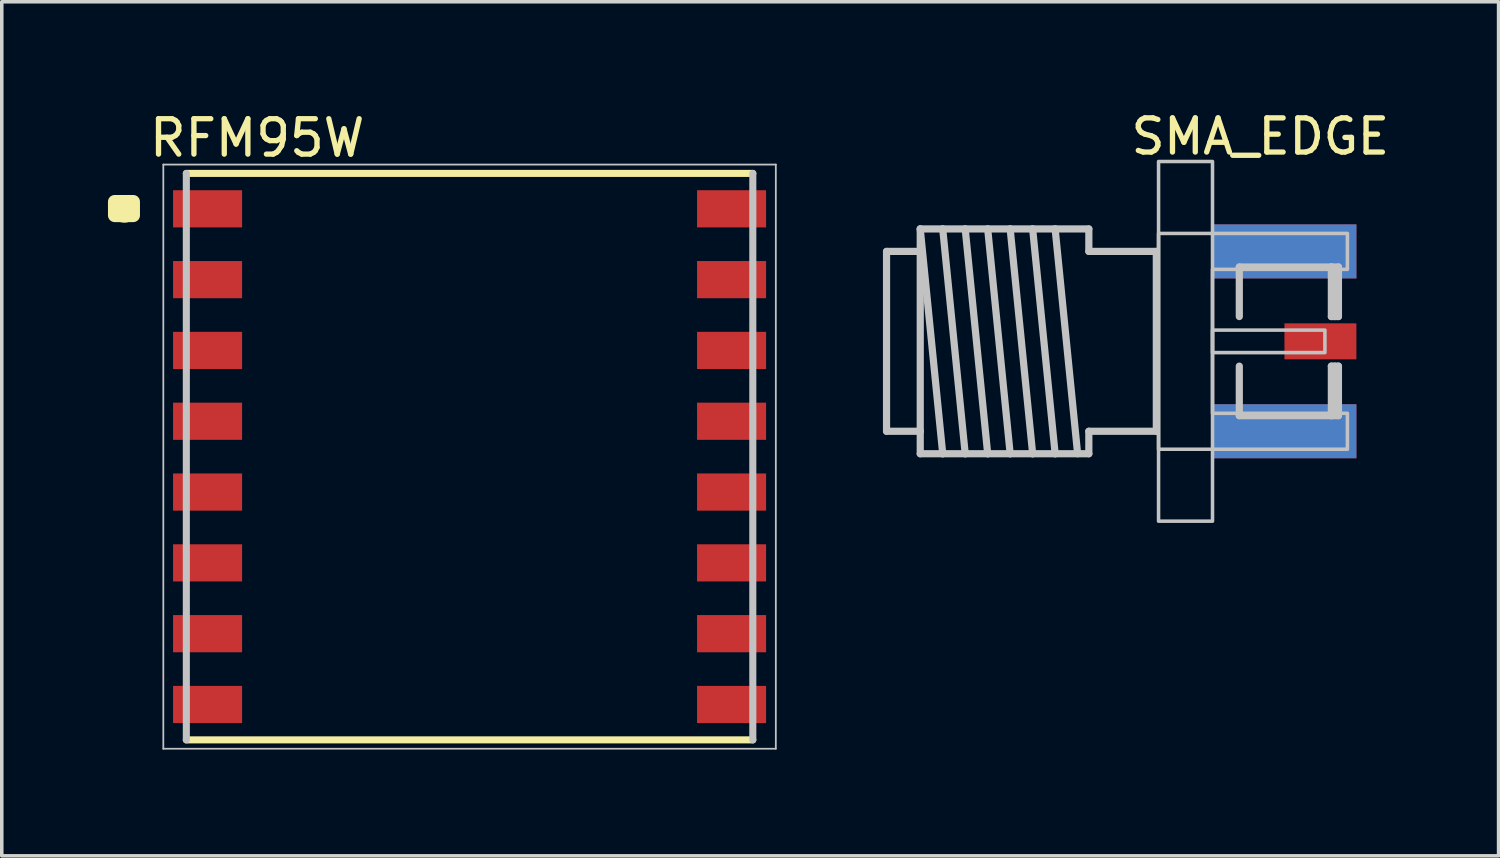
<source format=kicad_pcb>
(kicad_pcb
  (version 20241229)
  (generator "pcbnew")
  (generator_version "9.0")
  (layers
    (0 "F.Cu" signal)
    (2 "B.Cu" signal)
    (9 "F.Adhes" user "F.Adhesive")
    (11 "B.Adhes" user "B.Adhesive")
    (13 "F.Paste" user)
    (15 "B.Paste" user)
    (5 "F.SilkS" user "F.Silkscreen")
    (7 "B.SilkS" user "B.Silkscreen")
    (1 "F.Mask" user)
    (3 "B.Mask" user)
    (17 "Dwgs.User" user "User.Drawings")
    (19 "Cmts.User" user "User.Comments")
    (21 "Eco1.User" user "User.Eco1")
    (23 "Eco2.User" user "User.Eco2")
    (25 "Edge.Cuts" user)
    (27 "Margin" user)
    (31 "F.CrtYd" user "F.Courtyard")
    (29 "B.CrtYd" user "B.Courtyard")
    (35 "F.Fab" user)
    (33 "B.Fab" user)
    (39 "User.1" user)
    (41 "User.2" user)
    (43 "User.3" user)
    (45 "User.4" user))
  (footprint "SMA_EDGE"
    (layer "F.Cu")
    (at 31.197 6.591)
    (property "Reference" "SMA_EDGE" (at 5.08 -6.35 0) (layer "F.SilkS") (effects (font (size 0.965 0.965) (thickness 0.15)) (justify right top)))
    (attr through_hole)
    (fp_poly (pts (xy 0.889 -0.938) (xy 3.226 -0.938) (xy 3.226 -1.853) (xy 0.889 -1.853)) (stroke (width 0) (type solid)) (fill yes) (layer "F.Mask"))
    (fp_poly (pts (xy 0.889 1.853) (xy 3.226 1.853) (xy 3.226 0.938) (xy 0.889 0.938)) (stroke (width 0) (type solid)) (fill yes) (layer "F.Mask"))
    (fp_poly (pts (xy 0.991 -0.989) (xy 3.124 -0.989) (xy 3.124 -1.802) (xy 0.991 -1.802)) (stroke (width 0) (type solid)) (fill yes) (layer "F.Paste"))
    (fp_poly (pts (xy 0.991 1.802) (xy 3.124 1.802) (xy 3.124 0.989) (xy 0.991 0.989)) (stroke (width 0) (type solid)) (fill yes) (layer "F.Paste"))
    (fp_poly (pts (xy 3.2 0.483) (xy 3.962 0.483) (xy 3.962 -0.483) (xy 3.2 -0.483)) (stroke (width 0) (type solid)) (fill yes) (layer "F.Paste"))
    (fp_line (start -9.207 -2.54) (end -8.255 -2.54) (stroke (width 0.203) (type solid)) (layer "Dwgs.User"))
    (fp_line (start -9.207 2.54) (end -9.207 -2.54) (stroke (width 0.203) (type solid)) (layer "Dwgs.User"))
    (fp_line (start -8.255 -3.175) (end -7.62 -3.175) (stroke (width 0.203) (type solid)) (layer "Dwgs.User"))
    (fp_line (start -8.255 -3.175) (end -7.62 3.175) (stroke (width 0.203) (type solid)) (layer "Dwgs.User"))
    (fp_line (start -8.255 -2.54) (end -8.255 -3.175) (stroke (width 0.203) (type solid)) (layer "Dwgs.User"))
    (fp_line (start -8.255 -2.54) (end -8.255 2.54) (stroke (width 0.203) (type solid)) (layer "Dwgs.User"))
    (fp_line (start -8.255 2.54) (end -9.207 2.54) (stroke (width 0.203) (type solid)) (layer "Dwgs.User"))
    (fp_line (start -8.255 3.175) (end -8.255 2.54) (stroke (width 0.203) (type solid)) (layer "Dwgs.User"))
    (fp_line (start -7.62 -3.175) (end -6.985 -3.175) (stroke (width 0.203) (type solid)) (layer "Dwgs.User"))
    (fp_line (start -7.62 -3.175) (end -6.985 3.175) (stroke (width 0.203) (type solid)) (layer "Dwgs.User"))
    (fp_line (start -7.62 3.175) (end -8.255 3.175) (stroke (width 0.203) (type solid)) (layer "Dwgs.User"))
    (fp_line (start -6.985 -3.175) (end -6.35 -3.175) (stroke (width 0.203) (type solid)) (layer "Dwgs.User"))
    (fp_line (start -6.985 -3.175) (end -6.35 3.175) (stroke (width 0.203) (type solid)) (layer "Dwgs.User"))
    (fp_line (start -6.985 3.175) (end -7.62 3.175) (stroke (width 0.203) (type solid)) (layer "Dwgs.User"))
    (fp_line (start -6.35 -3.175) (end -5.715 -3.175) (stroke (width 0.203) (type solid)) (layer "Dwgs.User"))
    (fp_line (start -6.35 -3.175) (end -5.715 3.175) (stroke (width 0.203) (type solid)) (layer "Dwgs.User"))
    (fp_line (start -6.35 3.175) (end -6.985 3.175) (stroke (width 0.203) (type solid)) (layer "Dwgs.User"))
    (fp_line (start -5.715 -3.175) (end -5.08 -3.175) (stroke (width 0.203) (type solid)) (layer "Dwgs.User"))
    (fp_line (start -5.715 -3.175) (end -5.08 3.175) (stroke (width 0.203) (type solid)) (layer "Dwgs.User"))
    (fp_line (start -5.715 3.175) (end -6.35 3.175) (stroke (width 0.203) (type solid)) (layer "Dwgs.User"))
    (fp_line (start -5.08 -3.175) (end -4.445 -3.175) (stroke (width 0.203) (type solid)) (layer "Dwgs.User"))
    (fp_line (start -5.08 -3.175) (end -4.445 3.175) (stroke (width 0.203) (type solid)) (layer "Dwgs.User"))
    (fp_line (start -5.08 3.175) (end -5.715 3.175) (stroke (width 0.203) (type solid)) (layer "Dwgs.User"))
    (fp_line (start -4.445 -3.175) (end -3.81 3.175) (stroke (width 0.203) (type solid)) (layer "Dwgs.User"))
    (fp_line (start -4.445 -3.175) (end -3.493 -3.175) (stroke (width 0.203) (type solid)) (layer "Dwgs.User"))
    (fp_line (start -4.445 3.175) (end -5.08 3.175) (stroke (width 0.203) (type solid)) (layer "Dwgs.User"))
    (fp_line (start -3.493 -3.175) (end -3.493 -2.54) (stroke (width 0.203) (type solid)) (layer "Dwgs.User"))
    (fp_line (start -3.493 -2.54) (end -1.587 -2.54) (stroke (width 0.203) (type solid)) (layer "Dwgs.User"))
    (fp_line (start -3.493 2.54) (end -3.493 3.175) (stroke (width 0.203) (type solid)) (layer "Dwgs.User"))
    (fp_line (start -3.493 3.175) (end -4.445 3.175) (stroke (width 0.203) (type solid)) (layer "Dwgs.User"))
    (fp_line (start -1.587 -2.54) (end -1.587 2.54) (stroke (width 0.203) (type solid)) (layer "Dwgs.User"))
    (fp_line (start -1.587 2.54) (end -3.493 2.54) (stroke (width 0.203) (type solid)) (layer "Dwgs.User"))
    (fp_line (start 0.757 -0.7) (end 0.757 -2.1) (stroke (width 0.203) (type solid)) (layer "Dwgs.User"))
    (fp_line (start 0.757 2.1) (end 0.757 0.7) (stroke (width 0.203) (type solid)) (layer "Dwgs.User"))
    (fp_line (start 0.757 2.1) (end 3.357 2.1) (stroke (width 0.203) (type solid)) (layer "Dwgs.User"))
    (fp_line (start 3.357 -2.1) (end 0.757 -2.1) (stroke (width 0.203) (type solid)) (layer "Dwgs.User"))
    (fp_line (start 3.357 -0.7) (end 3.357 -2.1) (stroke (width 0.203) (type solid)) (layer "Dwgs.User"))
    (fp_line (start 3.357 2.1) (end 3.357 0.7) (stroke (width 0.203) (type solid)) (layer "Dwgs.User"))
    (fp_line (start 3.457 -0.7) (end 3.457 -2) (stroke (width 0.203) (type solid)) (layer "Dwgs.User"))
    (fp_line (start 3.457 2) (end 3.457 0.7) (stroke (width 0.203) (type solid)) (layer "Dwgs.User"))
    (fp_line (start 3.557 -2.1) (end 3.357 -2.1) (stroke (width 0.203) (type solid)) (layer "Dwgs.User"))
    (fp_line (start 3.557 -0.7) (end 3.357 -0.7) (stroke (width 0.203) (type solid)) (layer "Dwgs.User"))
    (fp_line (start 3.557 -0.7) (end 3.557 -2.1) (stroke (width 0.203) (type solid)) (layer "Dwgs.User"))
    (fp_line (start 3.557 0.7) (end 3.357 0.7) (stroke (width 0.203) (type solid)) (layer "Dwgs.User"))
    (fp_line (start 3.557 2.1) (end 3.357 2.1) (stroke (width 0.203) (type solid)) (layer "Dwgs.User"))
    (fp_line (start 3.557 2.1) (end 3.557 0.7) (stroke (width 0.203) (type solid)) (layer "Dwgs.User"))
    (fp_poly (pts (xy -1.524 -5.08) (xy 0 -5.08) (xy 0 5.08) (xy -1.524 5.08)) (stroke (width 0.1) (type solid)) (fill no) (layer "Dwgs.User"))
    (fp_poly (pts (xy 0 0.318) (xy 3.175 0.318) (xy 3.175 -0.318) (xy 0 -0.318)) (stroke (width 0.1) (type solid)) (fill no) (layer "Dwgs.User"))
    (fp_poly (pts (xy -1.524 -3.048) (xy 3.81 -3.048) (xy 3.81 -2.032) (xy 0 -2.032) (xy 0 2.032) (xy 3.81 2.032) (xy 3.81 3.048) (xy -1.524 3.048)) (stroke (width 0.1) (type solid)) (fill no) (layer "Dwgs.User"))
    (pad "1" smd rect (at 3.048 0 90) (size 1.016 2.032) (layers "F.Cu" "F.Mask" "F.Paste"))
    (pad "2" smd rect (at 2.032 -2.54 90) (size 1.524 4.064) (layers "F.Cu" "F.Mask" "F.Paste"))
    (pad "2" smd rect (at 2.032 -2.54 90) (size 1.524 4.064) (layers "B.Cu" "B.Mask" "B.Paste"))
    (pad "2" smd rect (at 2.032 2.54 90) (size 1.524 4.064) (layers "F.Cu" "F.Mask" "F.Paste"))
    (pad "2" smd rect (at 2.032 2.54 90) (size 1.524 4.064) (layers "B.Cu" "B.Mask" "B.Paste")))
  (footprint "RFM95W"
    (layer "F.Cu")
    (at 10.213 9.848)
    (property "Reference" "RFM95W" (at -6 -9 0) (layer "F.SilkS") (effects (font (size 1 1) (thickness 0.15))))
    (attr smd)
    (fp_line (start -8 -8) (end 8 -8) (stroke (width 0.2) (type solid)) (layer "F.SilkS"))
    (fp_line (start 8 8) (end -8 8) (stroke (width 0.2) (type solid)) (layer "F.SilkS"))
    (fp_circle (center -9.75 -7) (end -9.458 -7) (stroke (width 0.2) (type solid)) (fill no) (layer "F.SilkS"))
    (fp_poly (pts (xy -10.023 -7.2) (xy -9.5 -7.2) (xy -9.5 -6.815) (xy -10.023 -6.815)) (stroke (width 0.381) (type solid)) (fill yes) (layer "F.SilkS"))
    (fp_line (start -8.65 -8.25) (end 8.65 -8.25) (stroke (width 0.05) (type solid)) (layer "Dwgs.User"))
    (fp_line (start -8.65 8.25) (end -8.65 -8.25) (stroke (width 0.05) (type solid)) (layer "Dwgs.User"))
    (fp_line (start -8 8) (end -8 -8) (stroke (width 0.2) (type solid)) (layer "Dwgs.User"))
    (fp_line (start 8 -8) (end 8 8) (stroke (width 0.2) (type solid)) (layer "Dwgs.User"))
    (fp_line (start 8.65 -8.25) (end 8.65 8.25) (stroke (width 0.05) (type solid)) (layer "Dwgs.User"))
    (fp_line (start 8.65 8.25) (end -8.65 8.25) (stroke (width 0.05) (type solid)) (layer "Dwgs.User"))
    (pad "1" smd rect (at -7.4 -7) (size 1.95 1.05) (layers "F.Cu" "F.Mask" "F.Paste"))
    (pad "2" smd rect (at -7.4 -5) (size 1.95 1.05) (layers "F.Cu" "F.Mask" "F.Paste"))
    (pad "3" smd rect (at -7.4 -3) (size 1.95 1.05) (layers "F.Cu" "F.Mask" "F.Paste"))
    (pad "4" smd rect (at -7.4 -1) (size 1.95 1.05) (layers "F.Cu" "F.Mask" "F.Paste"))
    (pad "5" smd rect (at -7.4 1) (size 1.95 1.05) (layers "F.Cu" "F.Mask" "F.Paste"))
    (pad "6" smd rect (at -7.4 3) (size 1.95 1.05) (layers "F.Cu" "F.Mask" "F.Paste"))
    (pad "7" smd rect (at -7.4 5) (size 1.95 1.05) (layers "F.Cu" "F.Mask" "F.Paste"))
    (pad "8" smd rect (at -7.4 7) (size 1.95 1.05) (layers "F.Cu" "F.Mask" "F.Paste"))
    (pad "9" smd rect (at 7.4 7 180) (size 1.95 1.05) (layers "F.Cu" "F.Mask" "F.Paste"))
    (pad "10" smd rect (at 7.4 5 180) (size 1.95 1.05) (layers "F.Cu" "F.Mask" "F.Paste"))
    (pad "11" smd rect (at 7.4 3 180) (size 1.95 1.05) (layers "F.Cu" "F.Mask" "F.Paste"))
    (pad "12" smd rect (at 7.4 1 180) (size 1.95 1.05) (layers "F.Cu" "F.Mask" "F.Paste"))
    (pad "13" smd rect (at 7.4 -1 180) (size 1.95 1.05) (layers "F.Cu" "F.Mask" "F.Paste"))
    (pad "14" smd rect (at 7.4 -3 180) (size 1.95 1.05) (layers "F.Cu" "F.Mask" "F.Paste"))
    (pad "15" smd rect (at 7.4 -5 180) (size 1.95 1.05) (layers "F.Cu" "F.Mask" "F.Paste"))
    (pad "16" smd rect (at 7.4 -7 180) (size 1.95 1.05) (layers "F.Cu" "F.Mask" "F.Paste")))
  (gr_rect
    (start -3 -3)
    (end 39.277 21.123)
    (stroke (width 0.1) (type default))
    (fill no)
    (layer "Edge.Cuts")))
</source>
